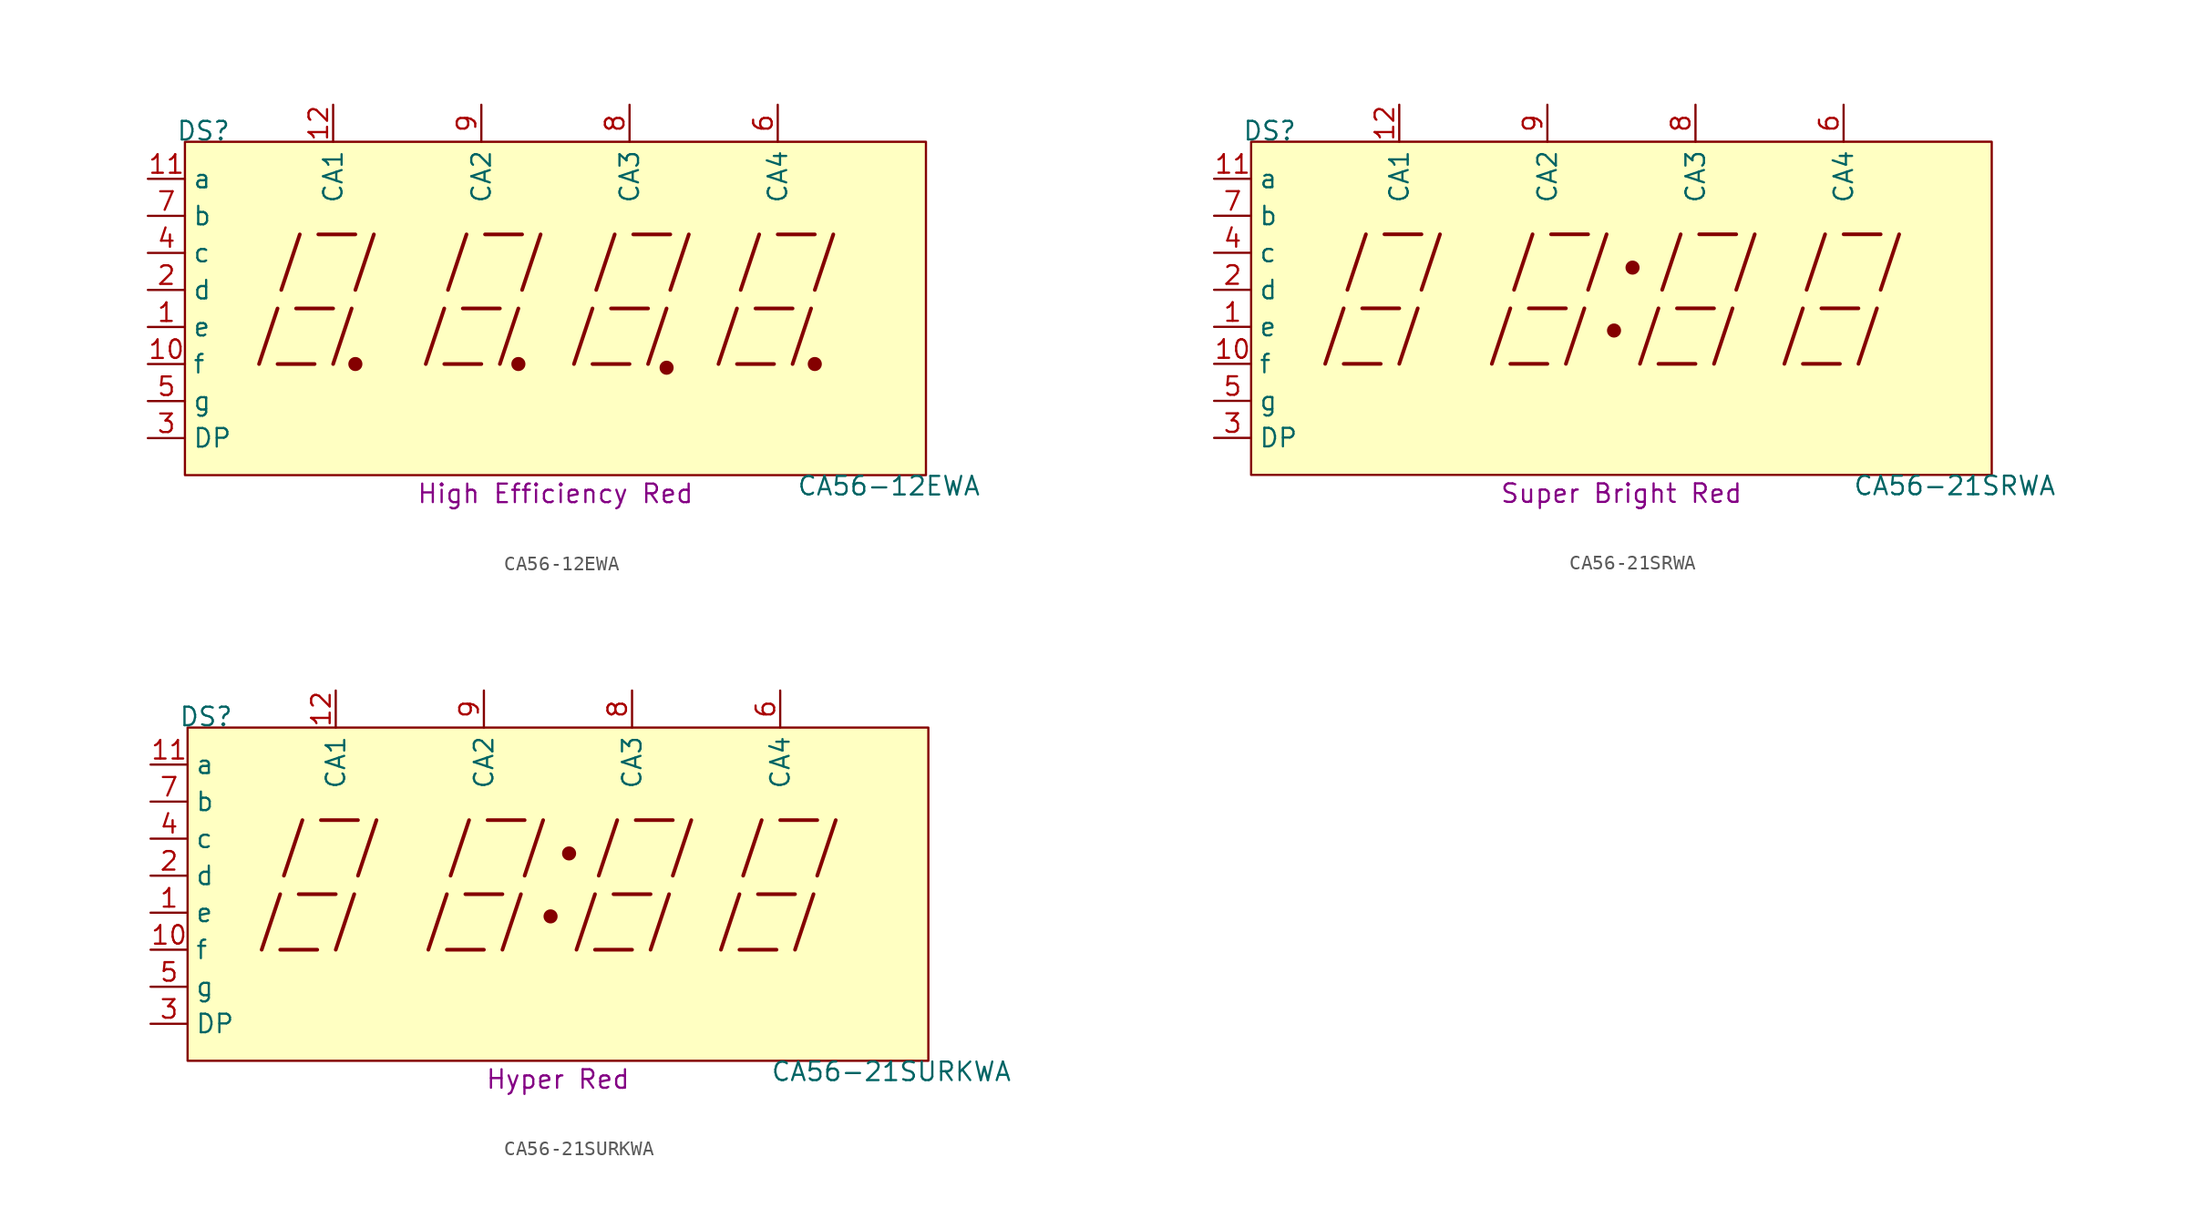
<source format=kicad_sym>
(kicad_symbol_lib
  (version 20211014)
  (generator kicad_symbol_editor)
  (symbol "CA56-12EWA"
    (property "Reference" "DS"
      (at -24.13 11.43 0)
      (effects (font (size 1.27 1.27)) (justify bottom)))
    (property "Value" "CA56-12EWA"
      (at 22.86 -11.43 0)
      (effects (font (size 1.27 1.27)) (justify top)))
    (property "Color" "High Efficiency Red"
      (at 0 -12.7 0)
      (effects (font (size 1.27 1.27))))
    (symbol "CA56-12EWA_0_0"
      (rectangle (start -25.4 -11.43) (end 25.4 11.43) (stroke (width 0) (type default) (color 0 0 0 0)) (fill (type background)))
      (polyline (pts (xy -20.32 -3.81) (xy -19.05 0)) (stroke (width 0.254) (type default) (color 0 0 0 0)) (fill (type none)))
      (polyline (pts (xy -19.05 -3.81) (xy -16.51 -3.81)) (stroke (width 0.254) (type default) (color 0 0 0 0)) (fill (type none)))
      (polyline (pts (xy -18.796 1.27) (xy -17.526 5.08)) (stroke (width 0.254) (type default) (color 0 0 0 0)) (fill (type none)))
      (polyline (pts (xy -17.78 0) (xy -15.24 0)) (stroke (width 0.254) (type default) (color 0 0 0 0)) (fill (type none)))
      (polyline (pts (xy -16.256 5.08) (xy -13.716 5.08)) (stroke (width 0.254) (type default) (color 0 0 0 0)) (fill (type none)))
      (polyline (pts (xy -15.24 -3.81) (xy -13.97 0)) (stroke (width 0.254) (type default) (color 0 0 0 0)) (fill (type none)))
      (polyline (pts (xy -13.716 1.27) (xy -12.446 5.08)) (stroke (width 0.254) (type default) (color 0 0 0 0)) (fill (type none)))
      (polyline (pts (xy -8.89 -3.81) (xy -7.62 0)) (stroke (width 0.254) (type default) (color 0 0 0 0)) (fill (type none)))
      (polyline (pts (xy -7.62 -3.81) (xy -5.08 -3.81)) (stroke (width 0.254) (type default) (color 0 0 0 0)) (fill (type none)))
      (polyline (pts (xy -7.366 1.27) (xy -6.096 5.08)) (stroke (width 0.254) (type default) (color 0 0 0 0)) (fill (type none)))
      (polyline (pts (xy -6.35 0) (xy -3.81 0)) (stroke (width 0.254) (type default) (color 0 0 0 0)) (fill (type none)))
      (polyline (pts (xy -4.826 5.08) (xy -2.286 5.08)) (stroke (width 0.254) (type default) (color 0 0 0 0)) (fill (type none)))
      (polyline (pts (xy -3.81 -3.81) (xy -2.54 0)) (stroke (width 0.254) (type default) (color 0 0 0 0)) (fill (type none)))
      (polyline (pts (xy -2.286 1.27) (xy -1.016 5.08)) (stroke (width 0.254) (type default) (color 0 0 0 0)) (fill (type none)))
      (polyline (pts (xy 1.27 -3.81) (xy 2.54 0)) (stroke (width 0.254) (type default) (color 0 0 0 0)) (fill (type none)))
      (polyline (pts (xy 2.54 -3.81) (xy 5.08 -3.81)) (stroke (width 0.254) (type default) (color 0 0 0 0)) (fill (type none)))
      (polyline (pts (xy 2.794 1.27) (xy 4.064 5.08)) (stroke (width 0.254) (type default) (color 0 0 0 0)) (fill (type none)))
      (polyline (pts (xy 3.81 0) (xy 6.35 0)) (stroke (width 0.254) (type default) (color 0 0 0 0)) (fill (type none)))
      (polyline (pts (xy 5.334 5.08) (xy 7.874 5.08)) (stroke (width 0.254) (type default) (color 0 0 0 0)) (fill (type none)))
      (polyline (pts (xy 6.35 -3.81) (xy 7.62 0)) (stroke (width 0.254) (type default) (color 0 0 0 0)) (fill (type none)))
      (polyline (pts (xy 7.874 1.27) (xy 9.144 5.08)) (stroke (width 0.254) (type default) (color 0 0 0 0)) (fill (type none)))
      (polyline (pts (xy 11.176 -3.81) (xy 12.446 0)) (stroke (width 0.254) (type default) (color 0 0 0 0)) (fill (type none)))
      (polyline (pts (xy 12.446 -3.81) (xy 14.986 -3.81)) (stroke (width 0.254) (type default) (color 0 0 0 0)) (fill (type none)))
      (polyline (pts (xy 12.7 1.27) (xy 13.97 5.08)) (stroke (width 0.254) (type default) (color 0 0 0 0)) (fill (type none)))
      (polyline (pts (xy 13.716 0) (xy 16.256 0)) (stroke (width 0.254) (type default) (color 0 0 0 0)) (fill (type none)))
      (polyline (pts (xy 15.24 5.08) (xy 17.78 5.08)) (stroke (width 0.254) (type default) (color 0 0 0 0)) (fill (type none)))
      (polyline (pts (xy 16.256 -3.81) (xy 17.526 0)) (stroke (width 0.254) (type default) (color 0 0 0 0)) (fill (type none)))
      (polyline (pts (xy 17.78 1.27) (xy 19.05 5.08)) (stroke (width 0.254) (type default) (color 0 0 0 0)) (fill (type none))))
    (symbol "CA56-12EWA_0_1"
      (circle (center -13.716 -3.81) (radius 0.356) (stroke (width 0.254) (type default) (color 0 0 0 0)) (fill (type outline)))
      (circle (center -2.54 -3.81) (radius 0.356) (stroke (width 0.254) (type default) (color 0 0 0 0)) (fill (type outline))))
    (symbol "CA56-12EWA_1_0"
      (circle (center 7.62 -4.064) (radius 0.356) (stroke (width 0.254) (type default) (color 0 0 0 0)) (fill (type outline)))
      (circle (center 17.78 -3.81) (radius 0.356) (stroke (width 0.254) (type default) (color 0 0 0 0)) (fill (type outline))))
    (symbol "CA56-12EWA_1_1"
      (pin passive line (at -27.94 -1.27 0) (length 2.54) (name "e" (effects (font (size 1.27 1.27)))) (number "1" (effects (font (size 1.27 1.27)))))
      (pin passive line (at -27.94 -3.81 0) (length 2.54) (name "f" (effects (font (size 1.27 1.27)))) (number "10" (effects (font (size 1.27 1.27)))))
      (pin passive line (at -27.94 8.89 0) (length 2.54) (name "a" (effects (font (size 1.27 1.27)))) (number "11" (effects (font (size 1.27 1.27)))))
      (pin passive line (at -15.24 13.97 270) (length 2.54) (name "CA1" (effects (font (size 1.27 1.27)))) (number "12" (effects (font (size 1.27 1.27)))))
      (pin passive line (at -27.94 1.27 0) (length 2.54) (name "d" (effects (font (size 1.27 1.27)))) (number "2" (effects (font (size 1.27 1.27)))))
      (pin passive line (at -27.94 -8.89 0) (length 2.54) (name "DP" (effects (font (size 1.27 1.27)))) (number "3" (effects (font (size 1.27 1.27)))))
      (pin passive line (at -27.94 3.81 0) (length 2.54) (name "c" (effects (font (size 1.27 1.27)))) (number "4" (effects (font (size 1.27 1.27)))))
      (pin passive line (at -27.94 -6.35 0) (length 2.54) (name "g" (effects (font (size 1.27 1.27)))) (number "5" (effects (font (size 1.27 1.27)))))
      (pin passive line (at 15.24 13.97 270) (length 2.54) (name "CA4" (effects (font (size 1.27 1.27)))) (number "6" (effects (font (size 1.27 1.27)))))
      (pin passive line (at -27.94 6.35 0) (length 2.54) (name "b" (effects (font (size 1.27 1.27)))) (number "7" (effects (font (size 1.27 1.27)))))
      (pin passive line (at 5.08 13.97 270) (length 2.54) (name "CA3" (effects (font (size 1.27 1.27)))) (number "8" (effects (font (size 1.27 1.27)))))
      (pin passive line (at -5.08 13.97 270) (length 2.54) (name "CA2" (effects (font (size 1.27 1.27)))) (number "9" (effects (font (size 1.27 1.27)))))))
  (symbol "CA56-21SRWA"
    (property "Reference" "DS"
      (at -24.13 11.43 0)
      (effects (font (size 1.27 1.27)) (justify bottom)))
    (property "Value" "CA56-21SRWA"
      (at 22.86 -11.43 0)
      (effects (font (size 1.27 1.27)) (justify top)))
    (property "Color" "Super Bright Red"
      (at 0 -12.7 0)
      (effects (font (size 1.27 1.27))))
    (symbol "CA56-21SRWA_0_0"
      (rectangle (start -25.4 -11.43) (end 25.4 11.43) (stroke (width 0) (type default) (color 0 0 0 0)) (fill (type background)))
      (polyline (pts (xy -20.32 -3.81) (xy -19.05 0)) (stroke (width 0.254) (type default) (color 0 0 0 0)) (fill (type none)))
      (polyline (pts (xy -19.05 -3.81) (xy -16.51 -3.81)) (stroke (width 0.254) (type default) (color 0 0 0 0)) (fill (type none)))
      (polyline (pts (xy -18.796 1.27) (xy -17.526 5.08)) (stroke (width 0.254) (type default) (color 0 0 0 0)) (fill (type none)))
      (polyline (pts (xy -17.78 0) (xy -15.24 0)) (stroke (width 0.254) (type default) (color 0 0 0 0)) (fill (type none)))
      (polyline (pts (xy -16.256 5.08) (xy -13.716 5.08)) (stroke (width 0.254) (type default) (color 0 0 0 0)) (fill (type none)))
      (polyline (pts (xy -15.24 -3.81) (xy -13.97 0)) (stroke (width 0.254) (type default) (color 0 0 0 0)) (fill (type none)))
      (polyline (pts (xy -13.716 1.27) (xy -12.446 5.08)) (stroke (width 0.254) (type default) (color 0 0 0 0)) (fill (type none)))
      (polyline (pts (xy -8.89 -3.81) (xy -7.62 0)) (stroke (width 0.254) (type default) (color 0 0 0 0)) (fill (type none)))
      (polyline (pts (xy -7.62 -3.81) (xy -5.08 -3.81)) (stroke (width 0.254) (type default) (color 0 0 0 0)) (fill (type none)))
      (polyline (pts (xy -7.366 1.27) (xy -6.096 5.08)) (stroke (width 0.254) (type default) (color 0 0 0 0)) (fill (type none)))
      (polyline (pts (xy -6.35 0) (xy -3.81 0)) (stroke (width 0.254) (type default) (color 0 0 0 0)) (fill (type none)))
      (polyline (pts (xy -4.826 5.08) (xy -2.286 5.08)) (stroke (width 0.254) (type default) (color 0 0 0 0)) (fill (type none)))
      (polyline (pts (xy -3.81 -3.81) (xy -2.54 0)) (stroke (width 0.254) (type default) (color 0 0 0 0)) (fill (type none)))
      (polyline (pts (xy -2.286 1.27) (xy -1.016 5.08)) (stroke (width 0.254) (type default) (color 0 0 0 0)) (fill (type none)))
      (polyline (pts (xy 1.27 -3.81) (xy 2.54 0)) (stroke (width 0.254) (type default) (color 0 0 0 0)) (fill (type none)))
      (polyline (pts (xy 2.54 -3.81) (xy 5.08 -3.81)) (stroke (width 0.254) (type default) (color 0 0 0 0)) (fill (type none)))
      (polyline (pts (xy 2.794 1.27) (xy 4.064 5.08)) (stroke (width 0.254) (type default) (color 0 0 0 0)) (fill (type none)))
      (polyline (pts (xy 3.81 0) (xy 6.35 0)) (stroke (width 0.254) (type default) (color 0 0 0 0)) (fill (type none)))
      (polyline (pts (xy 5.334 5.08) (xy 7.874 5.08)) (stroke (width 0.254) (type default) (color 0 0 0 0)) (fill (type none)))
      (polyline (pts (xy 6.35 -3.81) (xy 7.62 0)) (stroke (width 0.254) (type default) (color 0 0 0 0)) (fill (type none)))
      (polyline (pts (xy 7.874 1.27) (xy 9.144 5.08)) (stroke (width 0.254) (type default) (color 0 0 0 0)) (fill (type none)))
      (polyline (pts (xy 11.176 -3.81) (xy 12.446 0)) (stroke (width 0.254) (type default) (color 0 0 0 0)) (fill (type none)))
      (polyline (pts (xy 12.446 -3.81) (xy 14.986 -3.81)) (stroke (width 0.254) (type default) (color 0 0 0 0)) (fill (type none)))
      (polyline (pts (xy 12.7 1.27) (xy 13.97 5.08)) (stroke (width 0.254) (type default) (color 0 0 0 0)) (fill (type none)))
      (polyline (pts (xy 13.716 0) (xy 16.256 0)) (stroke (width 0.254) (type default) (color 0 0 0 0)) (fill (type none)))
      (polyline (pts (xy 15.24 5.08) (xy 17.78 5.08)) (stroke (width 0.254) (type default) (color 0 0 0 0)) (fill (type none)))
      (polyline (pts (xy 16.256 -3.81) (xy 17.526 0)) (stroke (width 0.254) (type default) (color 0 0 0 0)) (fill (type none)))
      (polyline (pts (xy 17.78 1.27) (xy 19.05 5.08)) (stroke (width 0.254) (type default) (color 0 0 0 0)) (fill (type none))))
    (symbol "CA56-21SRWA_0_1"
      (circle (center -0.508 -1.524) (radius 0.356) (stroke (width 0.254) (type default) (color 0 0 0 0)) (fill (type outline)))
      (circle (center 0.762 2.794) (radius 0.356) (stroke (width 0.254) (type default) (color 0 0 0 0)) (fill (type outline))))
    (symbol "CA56-21SRWA_1_1"
      (pin passive line (at -27.94 -1.27 0) (length 2.54) (name "e" (effects (font (size 1.27 1.27)))) (number "1" (effects (font (size 1.27 1.27)))))
      (pin passive line (at -27.94 -3.81 0) (length 2.54) (name "f" (effects (font (size 1.27 1.27)))) (number "10" (effects (font (size 1.27 1.27)))))
      (pin passive line (at -27.94 8.89 0) (length 2.54) (name "a" (effects (font (size 1.27 1.27)))) (number "11" (effects (font (size 1.27 1.27)))))
      (pin passive line (at -15.24 13.97 270) (length 2.54) (name "CA1" (effects (font (size 1.27 1.27)))) (number "12" (effects (font (size 1.27 1.27)))))
      (pin passive line (at -27.94 1.27 0) (length 2.54) (name "d" (effects (font (size 1.27 1.27)))) (number "2" (effects (font (size 1.27 1.27)))))
      (pin passive line (at -27.94 -8.89 0) (length 2.54) (name "DP" (effects (font (size 1.27 1.27)))) (number "3" (effects (font (size 1.27 1.27)))))
      (pin passive line (at -27.94 3.81 0) (length 2.54) (name "c" (effects (font (size 1.27 1.27)))) (number "4" (effects (font (size 1.27 1.27)))))
      (pin passive line (at -27.94 -6.35 0) (length 2.54) (name "g" (effects (font (size 1.27 1.27)))) (number "5" (effects (font (size 1.27 1.27)))))
      (pin passive line (at 15.24 13.97 270) (length 2.54) (name "CA4" (effects (font (size 1.27 1.27)))) (number "6" (effects (font (size 1.27 1.27)))))
      (pin passive line (at -27.94 6.35 0) (length 2.54) (name "b" (effects (font (size 1.27 1.27)))) (number "7" (effects (font (size 1.27 1.27)))))
      (pin passive line (at 5.08 13.97 270) (length 2.54) (name "CA3" (effects (font (size 1.27 1.27)))) (number "8" (effects (font (size 1.27 1.27)))))
      (pin passive line (at -5.08 13.97 270) (length 2.54) (name "CA2" (effects (font (size 1.27 1.27)))) (number "9" (effects (font (size 1.27 1.27)))))))
  (symbol "CA56-21SURKWA"
    (property "Reference" "DS"
      (at -24.13 11.43 0)
      (effects (font (size 1.27 1.27)) (justify bottom)))
    (property "Value" "CA56-21SURKWA"
      (at 22.86 -11.43 0)
      (effects (font (size 1.27 1.27)) (justify top)))
    (property "Color" "Hyper Red"
      (at 0 -12.7 0)
      (effects (font (size 1.27 1.27))))
    (symbol "CA56-21SURKWA_0_0"
      (rectangle (start -25.4 -11.43) (end 25.4 11.43) (stroke (width 0) (type default) (color 0 0 0 0)) (fill (type background)))
      (polyline (pts (xy -20.32 -3.81) (xy -19.05 0)) (stroke (width 0.254) (type default) (color 0 0 0 0)) (fill (type none)))
      (polyline (pts (xy -19.05 -3.81) (xy -16.51 -3.81)) (stroke (width 0.254) (type default) (color 0 0 0 0)) (fill (type none)))
      (polyline (pts (xy -18.796 1.27) (xy -17.526 5.08)) (stroke (width 0.254) (type default) (color 0 0 0 0)) (fill (type none)))
      (polyline (pts (xy -17.78 0) (xy -15.24 0)) (stroke (width 0.254) (type default) (color 0 0 0 0)) (fill (type none)))
      (polyline (pts (xy -16.256 5.08) (xy -13.716 5.08)) (stroke (width 0.254) (type default) (color 0 0 0 0)) (fill (type none)))
      (polyline (pts (xy -15.24 -3.81) (xy -13.97 0)) (stroke (width 0.254) (type default) (color 0 0 0 0)) (fill (type none)))
      (polyline (pts (xy -13.716 1.27) (xy -12.446 5.08)) (stroke (width 0.254) (type default) (color 0 0 0 0)) (fill (type none)))
      (polyline (pts (xy -8.89 -3.81) (xy -7.62 0)) (stroke (width 0.254) (type default) (color 0 0 0 0)) (fill (type none)))
      (polyline (pts (xy -7.62 -3.81) (xy -5.08 -3.81)) (stroke (width 0.254) (type default) (color 0 0 0 0)) (fill (type none)))
      (polyline (pts (xy -7.366 1.27) (xy -6.096 5.08)) (stroke (width 0.254) (type default) (color 0 0 0 0)) (fill (type none)))
      (polyline (pts (xy -6.35 0) (xy -3.81 0)) (stroke (width 0.254) (type default) (color 0 0 0 0)) (fill (type none)))
      (polyline (pts (xy -4.826 5.08) (xy -2.286 5.08)) (stroke (width 0.254) (type default) (color 0 0 0 0)) (fill (type none)))
      (polyline (pts (xy -3.81 -3.81) (xy -2.54 0)) (stroke (width 0.254) (type default) (color 0 0 0 0)) (fill (type none)))
      (polyline (pts (xy -2.286 1.27) (xy -1.016 5.08)) (stroke (width 0.254) (type default) (color 0 0 0 0)) (fill (type none)))
      (polyline (pts (xy 1.27 -3.81) (xy 2.54 0)) (stroke (width 0.254) (type default) (color 0 0 0 0)) (fill (type none)))
      (polyline (pts (xy 2.54 -3.81) (xy 5.08 -3.81)) (stroke (width 0.254) (type default) (color 0 0 0 0)) (fill (type none)))
      (polyline (pts (xy 2.794 1.27) (xy 4.064 5.08)) (stroke (width 0.254) (type default) (color 0 0 0 0)) (fill (type none)))
      (polyline (pts (xy 3.81 0) (xy 6.35 0)) (stroke (width 0.254) (type default) (color 0 0 0 0)) (fill (type none)))
      (polyline (pts (xy 5.334 5.08) (xy 7.874 5.08)) (stroke (width 0.254) (type default) (color 0 0 0 0)) (fill (type none)))
      (polyline (pts (xy 6.35 -3.81) (xy 7.62 0)) (stroke (width 0.254) (type default) (color 0 0 0 0)) (fill (type none)))
      (polyline (pts (xy 7.874 1.27) (xy 9.144 5.08)) (stroke (width 0.254) (type default) (color 0 0 0 0)) (fill (type none)))
      (polyline (pts (xy 11.176 -3.81) (xy 12.446 0)) (stroke (width 0.254) (type default) (color 0 0 0 0)) (fill (type none)))
      (polyline (pts (xy 12.446 -3.81) (xy 14.986 -3.81)) (stroke (width 0.254) (type default) (color 0 0 0 0)) (fill (type none)))
      (polyline (pts (xy 12.7 1.27) (xy 13.97 5.08)) (stroke (width 0.254) (type default) (color 0 0 0 0)) (fill (type none)))
      (polyline (pts (xy 13.716 0) (xy 16.256 0)) (stroke (width 0.254) (type default) (color 0 0 0 0)) (fill (type none)))
      (polyline (pts (xy 15.24 5.08) (xy 17.78 5.08)) (stroke (width 0.254) (type default) (color 0 0 0 0)) (fill (type none)))
      (polyline (pts (xy 16.256 -3.81) (xy 17.526 0)) (stroke (width 0.254) (type default) (color 0 0 0 0)) (fill (type none)))
      (polyline (pts (xy 17.78 1.27) (xy 19.05 5.08)) (stroke (width 0.254) (type default) (color 0 0 0 0)) (fill (type none))))
    (symbol "CA56-21SURKWA_0_1"
      (circle (center -0.508 -1.524) (radius 0.356) (stroke (width 0.254) (type default) (color 0 0 0 0)) (fill (type outline)))
      (circle (center 0.762 2.794) (radius 0.356) (stroke (width 0.254) (type default) (color 0 0 0 0)) (fill (type outline))))
    (symbol "CA56-21SURKWA_1_1"
      (pin passive line (at -27.94 -1.27 0) (length 2.54) (name "e" (effects (font (size 1.27 1.27)))) (number "1" (effects (font (size 1.27 1.27)))))
      (pin passive line (at -27.94 -3.81 0) (length 2.54) (name "f" (effects (font (size 1.27 1.27)))) (number "10" (effects (font (size 1.27 1.27)))))
      (pin passive line (at -27.94 8.89 0) (length 2.54) (name "a" (effects (font (size 1.27 1.27)))) (number "11" (effects (font (size 1.27 1.27)))))
      (pin passive line (at -15.24 13.97 270) (length 2.54) (name "CA1" (effects (font (size 1.27 1.27)))) (number "12" (effects (font (size 1.27 1.27)))))
      (pin passive line (at -27.94 1.27 0) (length 2.54) (name "d" (effects (font (size 1.27 1.27)))) (number "2" (effects (font (size 1.27 1.27)))))
      (pin passive line (at -27.94 -8.89 0) (length 2.54) (name "DP" (effects (font (size 1.27 1.27)))) (number "3" (effects (font (size 1.27 1.27)))))
      (pin passive line (at -27.94 3.81 0) (length 2.54) (name "c" (effects (font (size 1.27 1.27)))) (number "4" (effects (font (size 1.27 1.27)))))
      (pin passive line (at -27.94 -6.35 0) (length 2.54) (name "g" (effects (font (size 1.27 1.27)))) (number "5" (effects (font (size 1.27 1.27)))))
      (pin passive line (at 15.24 13.97 270) (length 2.54) (name "CA4" (effects (font (size 1.27 1.27)))) (number "6" (effects (font (size 1.27 1.27)))))
      (pin passive line (at -27.94 6.35 0) (length 2.54) (name "b" (effects (font (size 1.27 1.27)))) (number "7" (effects (font (size 1.27 1.27)))))
      (pin passive line (at 5.08 13.97 270) (length 2.54) (name "CA3" (effects (font (size 1.27 1.27)))) (number "8" (effects (font (size 1.27 1.27)))))
      (pin passive line (at -5.08 13.97 270) (length 2.54) (name "CA2" (effects (font (size 1.27 1.27)))) (number "9" (effects (font (size 1.27 1.27))))))))
</source>
